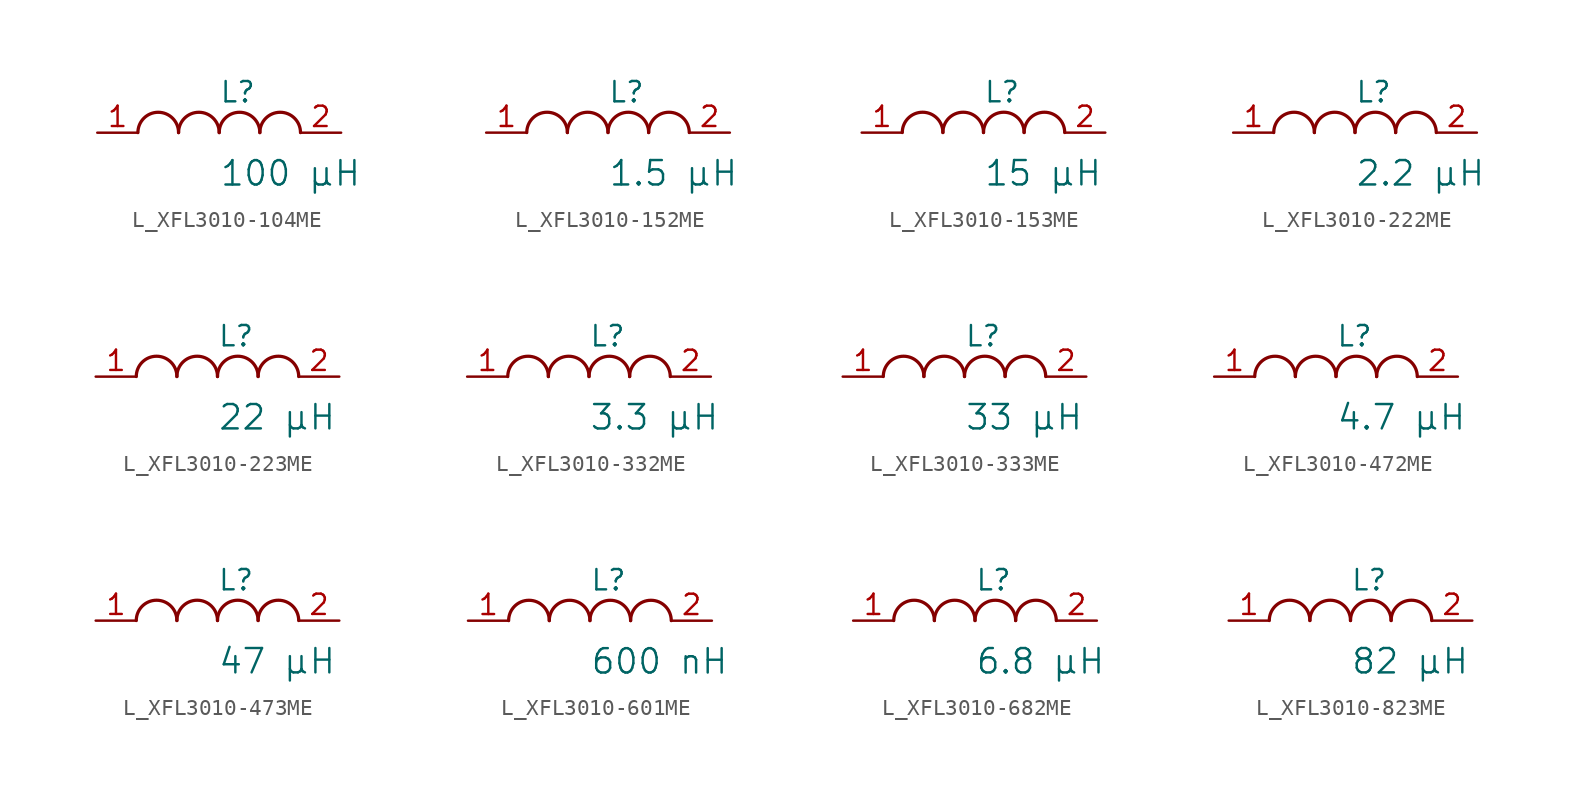
<source format=kicad_sym>
(kicad_symbol_lib
  (version 20231120)
  (generator "kicad_symbol_editor")
  (generator_version "8.0")
  (symbol "L_XFL3010-104ME"
    (pin_names
      (offset 0.254))
    (property "Reference" "L"
      (at 0 2.54 0)
      (effects (font (size 1.27 1.27)) (justify left)))
    (property "Value" "100 µH"
      (at 0 -2.54 0)
      (effects (font (size 1.524 1.524)) (justify left)))
    (symbol "L_XFL3010-104ME_1_1"
      (arc (start -2.54 0.0056) (mid -3.81 1.27) (end -5.08 0.0056) (stroke (width 0.2032) (type default)) (fill (type none)))
      (arc (start 0 0.0056) (mid -1.27 1.27) (end -2.54 0.0056) (stroke (width 0.2032) (type default)) (fill (type none)))
      (arc (start 2.54 0.0056) (mid 1.27 1.27) (end 0 0.0056) (stroke (width 0.2032) (type default)) (fill (type none)))
      (arc (start 5.08 0.0056) (mid 3.81 1.27) (end 2.54 0.0056) (stroke (width 0.2032) (type default)) (fill (type none)))
      (pin unspecified line (at -7.62 0 0) (length 2.54) (name "" (effects (font (size 1.27 1.27)))) (number "1" (effects (font (size 1.27 1.27)))))
      (pin unspecified line (at 7.62 0 180) (length 2.54) (name "" (effects (font (size 1.27 1.27)))) (number "2" (effects (font (size 1.27 1.27)))))))
  (symbol "L_XFL3010-152ME"
    (pin_names
      (offset 0.254))
    (property "Reference" "L"
      (at 0 2.54 0)
      (effects (font (size 1.27 1.27)) (justify left)))
    (property "Value" "1.5 µH"
      (at 0 -2.54 0)
      (effects (font (size 1.524 1.524)) (justify left)))
    (symbol "L_XFL3010-152ME_1_1"
      (arc (start -2.54 0.0056) (mid -3.81 1.27) (end -5.08 0.0056) (stroke (width 0.2032) (type default)) (fill (type none)))
      (arc (start 0 0.0056) (mid -1.27 1.27) (end -2.54 0.0056) (stroke (width 0.2032) (type default)) (fill (type none)))
      (arc (start 2.54 0.0056) (mid 1.27 1.27) (end 0 0.0056) (stroke (width 0.2032) (type default)) (fill (type none)))
      (arc (start 5.08 0.0056) (mid 3.81 1.27) (end 2.54 0.0056) (stroke (width 0.2032) (type default)) (fill (type none)))
      (pin unspecified line (at -7.62 0 0) (length 2.54) (name "" (effects (font (size 1.27 1.27)))) (number "1" (effects (font (size 1.27 1.27)))))
      (pin unspecified line (at 7.62 0 180) (length 2.54) (name "" (effects (font (size 1.27 1.27)))) (number "2" (effects (font (size 1.27 1.27)))))))
  (symbol "L_XFL3010-153ME"
    (pin_names
      (offset 0.254))
    (property "Reference" "L"
      (at 0 2.54 0)
      (effects (font (size 1.27 1.27)) (justify left)))
    (property "Value" "15 µH"
      (at 0 -2.54 0)
      (effects (font (size 1.524 1.524)) (justify left)))
    (symbol "L_XFL3010-153ME_1_1"
      (arc (start -2.54 0.0056) (mid -3.81 1.27) (end -5.08 0.0056) (stroke (width 0.2032) (type default)) (fill (type none)))
      (arc (start 0 0.0056) (mid -1.27 1.27) (end -2.54 0.0056) (stroke (width 0.2032) (type default)) (fill (type none)))
      (arc (start 2.54 0.0056) (mid 1.27 1.27) (end 0 0.0056) (stroke (width 0.2032) (type default)) (fill (type none)))
      (arc (start 5.08 0.0056) (mid 3.81 1.27) (end 2.54 0.0056) (stroke (width 0.2032) (type default)) (fill (type none)))
      (pin unspecified line (at -7.62 0 0) (length 2.54) (name "" (effects (font (size 1.27 1.27)))) (number "1" (effects (font (size 1.27 1.27)))))
      (pin unspecified line (at 7.62 0 180) (length 2.54) (name "" (effects (font (size 1.27 1.27)))) (number "2" (effects (font (size 1.27 1.27)))))))
  (symbol "L_XFL3010-222ME"
    (pin_names
      (offset 0.254))
    (property "Reference" "L"
      (at 0 2.54 0)
      (effects (font (size 1.27 1.27)) (justify left)))
    (property "Value" "2.2 µH"
      (at 0 -2.54 0)
      (effects (font (size 1.524 1.524)) (justify left)))
    (symbol "L_XFL3010-222ME_1_1"
      (arc (start -2.54 0.0056) (mid -3.81 1.27) (end -5.08 0.0056) (stroke (width 0.2032) (type default)) (fill (type none)))
      (arc (start 0 0.0056) (mid -1.27 1.27) (end -2.54 0.0056) (stroke (width 0.2032) (type default)) (fill (type none)))
      (arc (start 2.54 0.0056) (mid 1.27 1.27) (end 0 0.0056) (stroke (width 0.2032) (type default)) (fill (type none)))
      (arc (start 5.08 0.0056) (mid 3.81 1.27) (end 2.54 0.0056) (stroke (width 0.2032) (type default)) (fill (type none)))
      (pin unspecified line (at -7.62 0 0) (length 2.54) (name "" (effects (font (size 1.27 1.27)))) (number "1" (effects (font (size 1.27 1.27)))))
      (pin unspecified line (at 7.62 0 180) (length 2.54) (name "" (effects (font (size 1.27 1.27)))) (number "2" (effects (font (size 1.27 1.27)))))))
  (symbol "L_XFL3010-223ME"
    (pin_names
      (offset 0.254))
    (property "Reference" "L"
      (at 0 2.54 0)
      (effects (font (size 1.27 1.27)) (justify left)))
    (property "Value" "22 µH"
      (at 0 -2.54 0)
      (effects (font (size 1.524 1.524)) (justify left)))
    (symbol "L_XFL3010-223ME_1_1"
      (arc (start -2.54 0.0056) (mid -3.81 1.27) (end -5.08 0.0056) (stroke (width 0.2032) (type default)) (fill (type none)))
      (arc (start 0 0.0056) (mid -1.27 1.27) (end -2.54 0.0056) (stroke (width 0.2032) (type default)) (fill (type none)))
      (arc (start 2.54 0.0056) (mid 1.27 1.27) (end 0 0.0056) (stroke (width 0.2032) (type default)) (fill (type none)))
      (arc (start 5.08 0.0056) (mid 3.81 1.27) (end 2.54 0.0056) (stroke (width 0.2032) (type default)) (fill (type none)))
      (pin unspecified line (at -7.62 0 0) (length 2.54) (name "" (effects (font (size 1.27 1.27)))) (number "1" (effects (font (size 1.27 1.27)))))
      (pin unspecified line (at 7.62 0 180) (length 2.54) (name "" (effects (font (size 1.27 1.27)))) (number "2" (effects (font (size 1.27 1.27)))))))
  (symbol "L_XFL3010-332ME"
    (pin_names
      (offset 0.254))
    (property "Reference" "L"
      (at 0 2.54 0)
      (effects (font (size 1.27 1.27)) (justify left)))
    (property "Value" "3.3 µH"
      (at 0 -2.54 0)
      (effects (font (size 1.524 1.524)) (justify left)))
    (symbol "L_XFL3010-332ME_1_1"
      (arc (start -2.54 0.0056) (mid -3.81 1.27) (end -5.08 0.0056) (stroke (width 0.2032) (type default)) (fill (type none)))
      (arc (start 0 0.0056) (mid -1.27 1.27) (end -2.54 0.0056) (stroke (width 0.2032) (type default)) (fill (type none)))
      (arc (start 2.54 0.0056) (mid 1.27 1.27) (end 0 0.0056) (stroke (width 0.2032) (type default)) (fill (type none)))
      (arc (start 5.08 0.0056) (mid 3.81 1.27) (end 2.54 0.0056) (stroke (width 0.2032) (type default)) (fill (type none)))
      (pin unspecified line (at -7.62 0 0) (length 2.54) (name "" (effects (font (size 1.27 1.27)))) (number "1" (effects (font (size 1.27 1.27)))))
      (pin unspecified line (at 7.62 0 180) (length 2.54) (name "" (effects (font (size 1.27 1.27)))) (number "2" (effects (font (size 1.27 1.27)))))))
  (symbol "L_XFL3010-333ME"
    (pin_names
      (offset 0.254))
    (property "Reference" "L"
      (at 0 2.54 0)
      (effects (font (size 1.27 1.27)) (justify left)))
    (property "Value" "33 µH"
      (at 0 -2.54 0)
      (effects (font (size 1.524 1.524)) (justify left)))
    (symbol "L_XFL3010-333ME_1_1"
      (arc (start -2.54 0.0056) (mid -3.81 1.27) (end -5.08 0.0056) (stroke (width 0.2032) (type default)) (fill (type none)))
      (arc (start 0 0.0056) (mid -1.27 1.27) (end -2.54 0.0056) (stroke (width 0.2032) (type default)) (fill (type none)))
      (arc (start 2.54 0.0056) (mid 1.27 1.27) (end 0 0.0056) (stroke (width 0.2032) (type default)) (fill (type none)))
      (arc (start 5.08 0.0056) (mid 3.81 1.27) (end 2.54 0.0056) (stroke (width 0.2032) (type default)) (fill (type none)))
      (pin unspecified line (at -7.62 0 0) (length 2.54) (name "" (effects (font (size 1.27 1.27)))) (number "1" (effects (font (size 1.27 1.27)))))
      (pin unspecified line (at 7.62 0 180) (length 2.54) (name "" (effects (font (size 1.27 1.27)))) (number "2" (effects (font (size 1.27 1.27)))))))
  (symbol "L_XFL3010-472ME"
    (pin_names
      (offset 0.254))
    (property "Reference" "L"
      (at 0 2.54 0)
      (effects (font (size 1.27 1.27)) (justify left)))
    (property "Value" "4.7 µH"
      (at 0 -2.54 0)
      (effects (font (size 1.524 1.524)) (justify left)))
    (symbol "L_XFL3010-472ME_1_1"
      (arc (start -2.54 0.0056) (mid -3.81 1.27) (end -5.08 0.0056) (stroke (width 0.2032) (type default)) (fill (type none)))
      (arc (start 0 0.0056) (mid -1.27 1.27) (end -2.54 0.0056) (stroke (width 0.2032) (type default)) (fill (type none)))
      (arc (start 2.54 0.0056) (mid 1.27 1.27) (end 0 0.0056) (stroke (width 0.2032) (type default)) (fill (type none)))
      (arc (start 5.08 0.0056) (mid 3.81 1.27) (end 2.54 0.0056) (stroke (width 0.2032) (type default)) (fill (type none)))
      (pin unspecified line (at -7.62 0 0) (length 2.54) (name "" (effects (font (size 1.27 1.27)))) (number "1" (effects (font (size 1.27 1.27)))))
      (pin unspecified line (at 7.62 0 180) (length 2.54) (name "" (effects (font (size 1.27 1.27)))) (number "2" (effects (font (size 1.27 1.27)))))))
  (symbol "L_XFL3010-473ME"
    (pin_names
      (offset 0.254))
    (property "Reference" "L"
      (at 0 2.54 0)
      (effects (font (size 1.27 1.27)) (justify left)))
    (property "Value" "47 µH"
      (at 0 -2.54 0)
      (effects (font (size 1.524 1.524)) (justify left)))
    (symbol "L_XFL3010-473ME_1_1"
      (arc (start -2.54 0.0056) (mid -3.81 1.27) (end -5.08 0.0056) (stroke (width 0.2032) (type default)) (fill (type none)))
      (arc (start 0 0.0056) (mid -1.27 1.27) (end -2.54 0.0056) (stroke (width 0.2032) (type default)) (fill (type none)))
      (arc (start 2.54 0.0056) (mid 1.27 1.27) (end 0 0.0056) (stroke (width 0.2032) (type default)) (fill (type none)))
      (arc (start 5.08 0.0056) (mid 3.81 1.27) (end 2.54 0.0056) (stroke (width 0.2032) (type default)) (fill (type none)))
      (pin unspecified line (at -7.62 0 0) (length 2.54) (name "" (effects (font (size 1.27 1.27)))) (number "1" (effects (font (size 1.27 1.27)))))
      (pin unspecified line (at 7.62 0 180) (length 2.54) (name "" (effects (font (size 1.27 1.27)))) (number "2" (effects (font (size 1.27 1.27)))))))
  (symbol "L_XFL3010-601ME"
    (pin_names
      (offset 0.254))
    (property "Reference" "L"
      (at 0 2.54 0)
      (effects (font (size 1.27 1.27)) (justify left)))
    (property "Value" "600 nH"
      (at 0 -2.54 0)
      (effects (font (size 1.524 1.524)) (justify left)))
    (symbol "L_XFL3010-601ME_1_1"
      (arc (start -2.54 0.0056) (mid -3.81 1.27) (end -5.08 0.0056) (stroke (width 0.2032) (type default)) (fill (type none)))
      (arc (start 0 0.0056) (mid -1.27 1.27) (end -2.54 0.0056) (stroke (width 0.2032) (type default)) (fill (type none)))
      (arc (start 2.54 0.0056) (mid 1.27 1.27) (end 0 0.0056) (stroke (width 0.2032) (type default)) (fill (type none)))
      (arc (start 5.08 0.0056) (mid 3.81 1.27) (end 2.54 0.0056) (stroke (width 0.2032) (type default)) (fill (type none)))
      (pin unspecified line (at -7.62 0 0) (length 2.54) (name "" (effects (font (size 1.27 1.27)))) (number "1" (effects (font (size 1.27 1.27)))))
      (pin unspecified line (at 7.62 0 180) (length 2.54) (name "" (effects (font (size 1.27 1.27)))) (number "2" (effects (font (size 1.27 1.27)))))))
  (symbol "L_XFL3010-682ME"
    (pin_names
      (offset 0.254))
    (property "Reference" "L"
      (at 0 2.54 0)
      (effects (font (size 1.27 1.27)) (justify left)))
    (property "Value" "6.8 µH"
      (at 0 -2.54 0)
      (effects (font (size 1.524 1.524)) (justify left)))
    (symbol "L_XFL3010-682ME_1_1"
      (arc (start -2.54 0.0056) (mid -3.81 1.27) (end -5.08 0.0056) (stroke (width 0.2032) (type default)) (fill (type none)))
      (arc (start 0 0.0056) (mid -1.27 1.27) (end -2.54 0.0056) (stroke (width 0.2032) (type default)) (fill (type none)))
      (arc (start 2.54 0.0056) (mid 1.27 1.27) (end 0 0.0056) (stroke (width 0.2032) (type default)) (fill (type none)))
      (arc (start 5.08 0.0056) (mid 3.81 1.27) (end 2.54 0.0056) (stroke (width 0.2032) (type default)) (fill (type none)))
      (pin unspecified line (at -7.62 0 0) (length 2.54) (name "" (effects (font (size 1.27 1.27)))) (number "1" (effects (font (size 1.27 1.27)))))
      (pin unspecified line (at 7.62 0 180) (length 2.54) (name "" (effects (font (size 1.27 1.27)))) (number "2" (effects (font (size 1.27 1.27)))))))
  (symbol "L_XFL3010-823ME"
    (pin_names
      (offset 0.254))
    (property "Reference" "L"
      (at 0 2.54 0)
      (effects (font (size 1.27 1.27)) (justify left)))
    (property "Value" "82 µH"
      (at 0 -2.54 0)
      (effects (font (size 1.524 1.524)) (justify left)))
    (symbol "L_XFL3010-823ME_1_1"
      (arc (start -2.54 0.0056) (mid -3.81 1.27) (end -5.08 0.0056) (stroke (width 0.2032) (type default)) (fill (type none)))
      (arc (start 0 0.0056) (mid -1.27 1.27) (end -2.54 0.0056) (stroke (width 0.2032) (type default)) (fill (type none)))
      (arc (start 2.54 0.0056) (mid 1.27 1.27) (end 0 0.0056) (stroke (width 0.2032) (type default)) (fill (type none)))
      (arc (start 5.08 0.0056) (mid 3.81 1.27) (end 2.54 0.0056) (stroke (width 0.2032) (type default)) (fill (type none)))
      (pin unspecified line (at -7.62 0 0) (length 2.54) (name "" (effects (font (size 1.27 1.27)))) (number "1" (effects (font (size 1.27 1.27)))))
      (pin unspecified line (at 7.62 0 180) (length 2.54) (name "" (effects (font (size 1.27 1.27)))) (number "2" (effects (font (size 1.27 1.27))))))))
</source>
